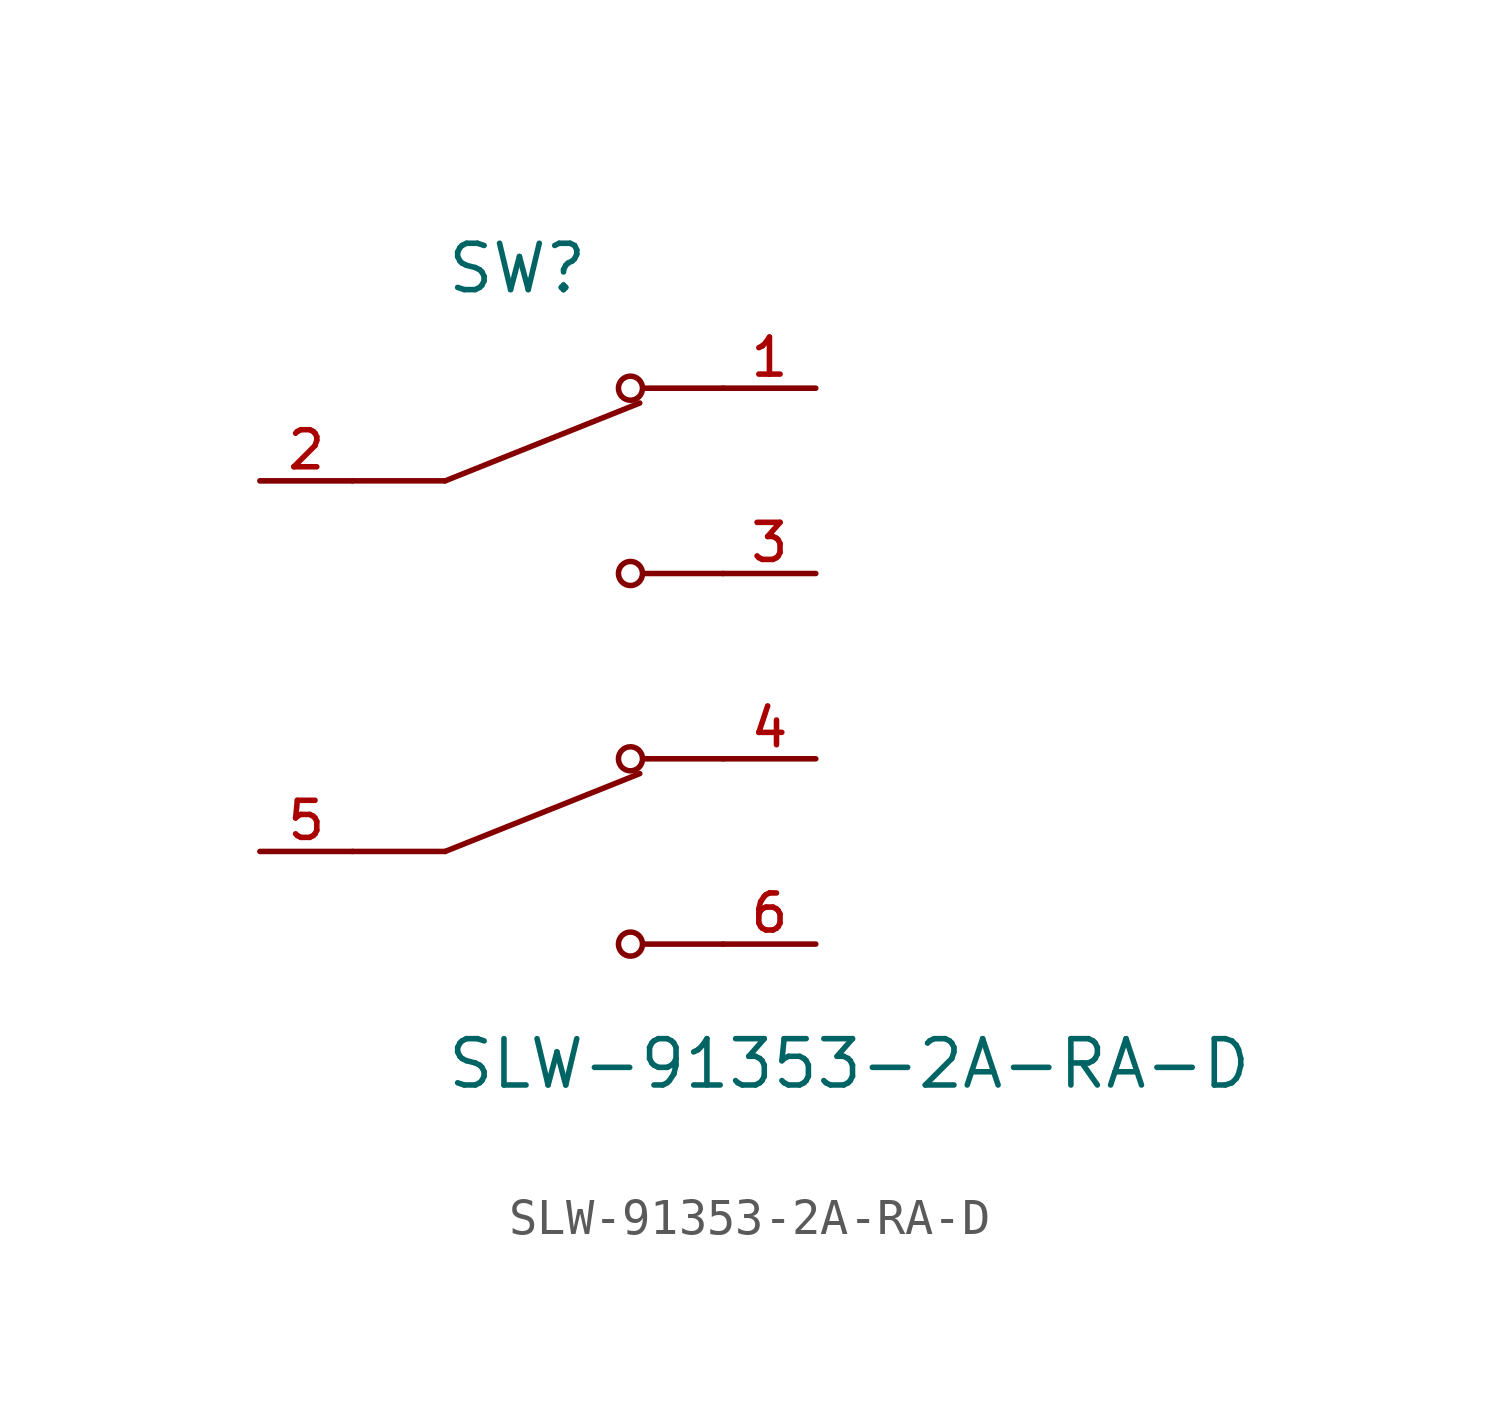
<source format=kicad_sym>
(kicad_symbol_lib
  (version 20241209)
  (generator "kicad_symbol_editor")
  (generator_version "9.0")
  (symbol "SLW-91353-2A-RA-D"
    (pin_names
      (offset 1.016))
    (property "Reference" "SW"
      (at -2.54 10.16 0)
      (effects (font (size 1.27 1.27)) (justify left bottom)))
    (property "Value" "SLW-91353-2A-RA-D"
      (at -2.54 -10.16 0)
      (effects (font (size 1.27 1.27)) (justify left top)))
    (symbol "SLW-91353-2A-RA-D_0_0"
      (polyline (pts (xy -2.54 5.08) (xy -5.08 5.08)) (stroke (width 0.152) (type default)) (fill (type none)))
      (polyline (pts (xy -2.54 5.08) (xy 2.794 7.214)) (stroke (width 0.152) (type default)) (fill (type none)))
      (polyline (pts (xy -2.54 -5.08) (xy -5.08 -5.08)) (stroke (width 0.152) (type default)) (fill (type none)))
      (polyline (pts (xy -2.54 -5.08) (xy 2.794 -2.946)) (stroke (width 0.152) (type default)) (fill (type none)))
      (circle (center 2.54 7.62) (radius 0.33) (stroke (width 0.152) (type default)) (fill (type none)))
      (circle (center 2.54 2.54) (radius 0.33) (stroke (width 0.152) (type default)) (fill (type none)))
      (circle (center 2.54 -2.54) (radius 0.33) (stroke (width 0.152) (type default)) (fill (type none)))
      (circle (center 2.54 -7.62) (radius 0.33) (stroke (width 0.152) (type default)) (fill (type none)))
      (polyline (pts (xy 5.08 7.62) (xy 2.921 7.62)) (stroke (width 0.152) (type default)) (fill (type none)))
      (polyline (pts (xy 5.08 2.54) (xy 2.921 2.54)) (stroke (width 0.152) (type default)) (fill (type none)))
      (polyline (pts (xy 5.08 -2.54) (xy 2.921 -2.54)) (stroke (width 0.152) (type default)) (fill (type none)))
      (polyline (pts (xy 5.08 -7.62) (xy 2.921 -7.62)) (stroke (width 0.152) (type default)) (fill (type none)))
      (pin passive line (at -7.62 5.08 0) (length 2.54) (name "~" (effects (font (size 1.016 1.016)))) (number "2" (effects (font (size 1.016 1.016)))))
      (pin passive line (at -7.62 -5.08 0) (length 2.54) (name "~" (effects (font (size 1.016 1.016)))) (number "5" (effects (font (size 1.016 1.016)))))
      (pin passive line (at 7.62 7.62 180) (length 2.54) (name "~" (effects (font (size 1.016 1.016)))) (number "1" (effects (font (size 1.016 1.016)))))
      (pin passive line (at 7.62 2.54 180) (length 2.54) (name "~" (effects (font (size 1.016 1.016)))) (number "3" (effects (font (size 1.016 1.016)))))
      (pin passive line (at 7.62 -2.54 180) (length 2.54) (name "~" (effects (font (size 1.016 1.016)))) (number "4" (effects (font (size 1.016 1.016)))))
      (pin passive line (at 7.62 -7.62 180) (length 2.54) (name "~" (effects (font (size 1.016 1.016)))) (number "6" (effects (font (size 1.016 1.016))))))))
</source>
